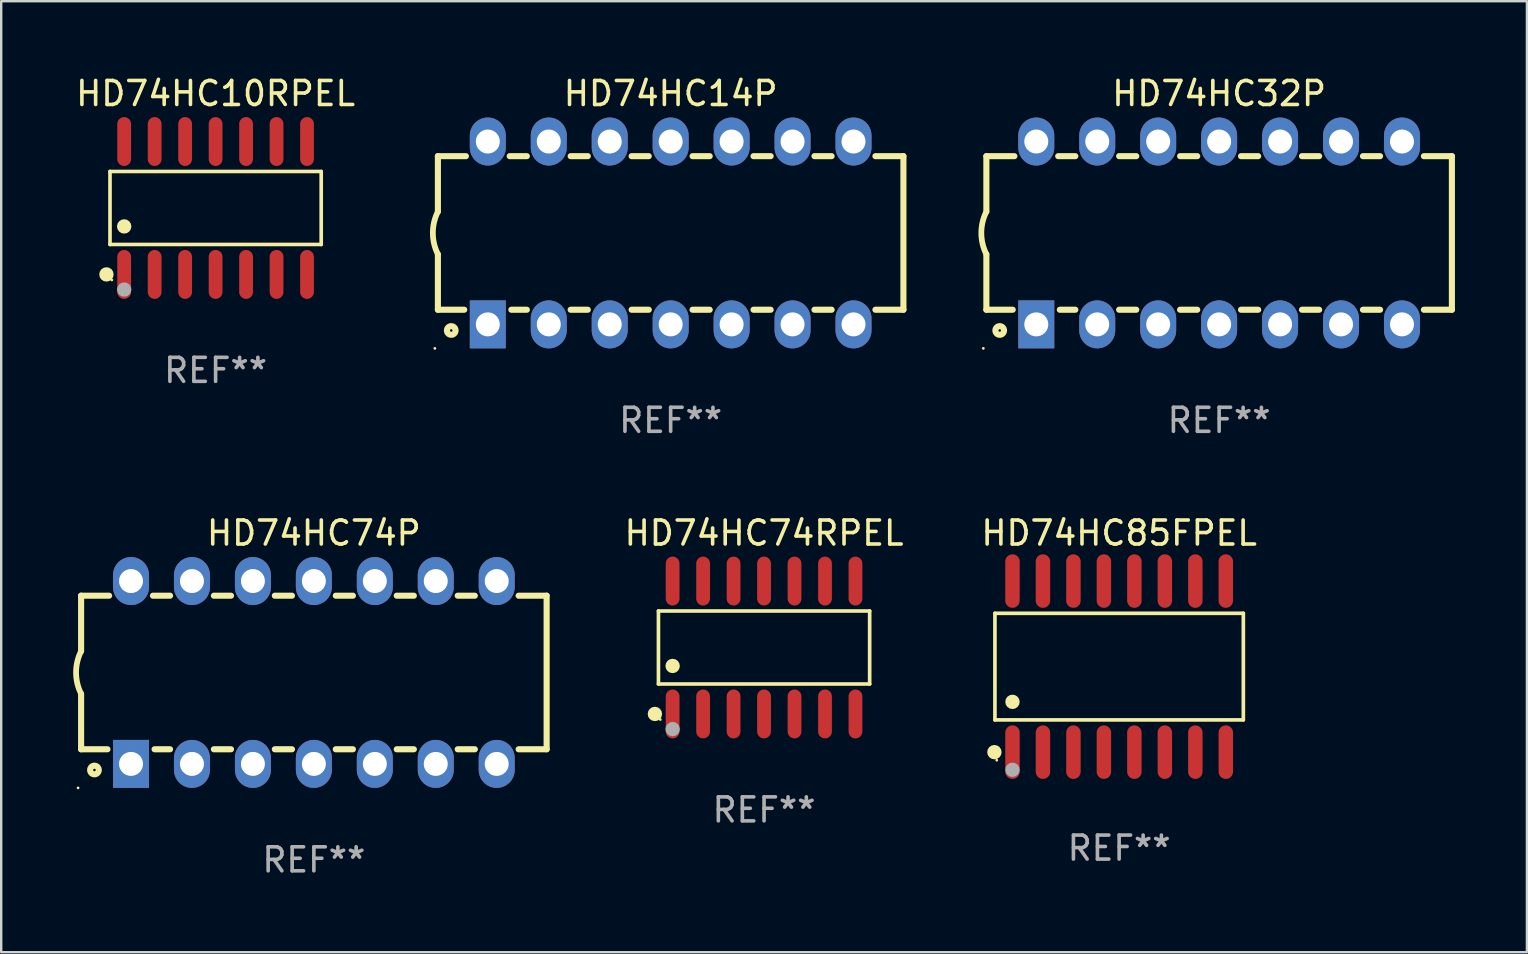
<source format=kicad_pcb>
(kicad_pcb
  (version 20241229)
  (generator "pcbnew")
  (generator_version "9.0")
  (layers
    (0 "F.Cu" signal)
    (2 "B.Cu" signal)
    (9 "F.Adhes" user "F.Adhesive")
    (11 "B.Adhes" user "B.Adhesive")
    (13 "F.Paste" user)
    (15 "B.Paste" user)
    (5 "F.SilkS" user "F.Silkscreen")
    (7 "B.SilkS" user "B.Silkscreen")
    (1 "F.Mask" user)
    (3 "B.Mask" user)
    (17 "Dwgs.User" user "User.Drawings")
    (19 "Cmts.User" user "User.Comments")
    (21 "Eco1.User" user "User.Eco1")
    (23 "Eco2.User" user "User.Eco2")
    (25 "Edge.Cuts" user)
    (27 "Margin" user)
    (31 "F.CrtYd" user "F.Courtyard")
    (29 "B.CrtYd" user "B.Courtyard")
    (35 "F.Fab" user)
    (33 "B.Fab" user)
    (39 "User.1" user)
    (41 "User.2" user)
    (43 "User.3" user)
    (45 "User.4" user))
  (footprint "HD74HC74RPEL"
    (layer "F.Cu")
    (at 28.791 23.934)
    (property "Reference" "HD74HC74RPEL" (at 0 -4.769 0) (layer "F.SilkS") (effects (font (size 1 1) (thickness 0.15))))
    (attr through_hole)
    (fp_line (start -4.401 -1.521) (end 4.401 -1.521) (stroke (width 0.152) (type solid)) (layer "F.SilkS"))
    (fp_line (start -4.401 1.521) (end -4.401 -1.521) (stroke (width 0.152) (type solid)) (layer "F.SilkS"))
    (fp_line (start 4.401 -1.521) (end 4.401 1.521) (stroke (width 0.152) (type solid)) (layer "F.SilkS"))
    (fp_line (start 4.401 1.521) (end -4.401 1.521) (stroke (width 0.152) (type solid)) (layer "F.SilkS"))
    (fp_circle (center -4.549 2.769) (end -4.399 2.769) (stroke (width 0.3) (type solid)) (fill no) (layer "F.SilkS"))
    (fp_circle (center -4.325 3) (end -4.295 3) (stroke (width 0.06) (type solid)) (fill no) (layer "F.SilkS"))
    (fp_circle (center -3.81 0.769) (end -3.66 0.769) (stroke (width 0.3) (type solid)) (fill no) (layer "F.SilkS"))
    (fp_circle (center -3.81 3.4) (end -3.66 3.4) (stroke (width 0.3) (type solid)) (fill no) (layer "F.Fab"))
    (fp_text user "REF**" (at 0 6.769 0) (layer "F.Fab") (effects (font (size 1 1) (thickness 0.15))))
    (pad "1" smd oval (at -3.81 2.769) (size 0.574 2.038) (layers "F.Cu" "F.Mask" "F.Paste"))
    (pad "2" smd oval (at -2.54 2.769) (size 0.574 2.038) (layers "F.Cu" "F.Mask" "F.Paste"))
    (pad "3" smd oval (at -1.27 2.769) (size 0.574 2.038) (layers "F.Cu" "F.Mask" "F.Paste"))
    (pad "4" smd oval (at 0 2.769) (size 0.574 2.038) (layers "F.Cu" "F.Mask" "F.Paste"))
    (pad "5" smd oval (at 1.27 2.769) (size 0.574 2.038) (layers "F.Cu" "F.Mask" "F.Paste"))
    (pad "6" smd oval (at 2.54 2.769) (size 0.574 2.038) (layers "F.Cu" "F.Mask" "F.Paste"))
    (pad "7" smd oval (at 3.81 2.769) (size 0.574 2.038) (layers "F.Cu" "F.Mask" "F.Paste"))
    (pad "8" smd oval (at 3.81 -2.769) (size 0.574 2.038) (layers "F.Cu" "F.Mask" "F.Paste"))
    (pad "9" smd oval (at 2.54 -2.769) (size 0.574 2.038) (layers "F.Cu" "F.Mask" "F.Paste"))
    (pad "10" smd oval (at 1.27 -2.769) (size 0.574 2.038) (layers "F.Cu" "F.Mask" "F.Paste"))
    (pad "11" smd oval (at 0 -2.769) (size 0.574 2.038) (layers "F.Cu" "F.Mask" "F.Paste"))
    (pad "12" smd oval (at -1.27 -2.769) (size 0.574 2.038) (layers "F.Cu" "F.Mask" "F.Paste"))
    (pad "13" smd oval (at -2.54 -2.769) (size 0.574 2.038) (layers "F.Cu" "F.Mask" "F.Paste"))
    (pad "14" smd oval (at -3.81 -2.769) (size 0.574 2.038) (layers "F.Cu" "F.Mask" "F.Paste")))
  (footprint "HD74HC32P"
    (layer "F.Cu")
    (at 47.756 6.658)
    (property "Reference" "HD74HC32P" (at 0 -5.81 0) (layer "F.SilkS") (effects (font (size 1 1) (thickness 0.15))))
    (attr through_hole)
    (fp_line (start -9.7 -3.2) (end -9.7 -0.889) (stroke (width 0.254) (type solid)) (layer "F.SilkS"))
    (fp_line (start -9.7 -3.2) (end -8.533 -3.2) (stroke (width 0.254) (type solid)) (layer "F.SilkS"))
    (fp_line (start -9.7 3.2) (end -9.7 0.889) (stroke (width 0.254) (type solid)) (layer "F.SilkS"))
    (fp_line (start -9.7 3.2) (end -8.601 3.2) (stroke (width 0.254) (type solid)) (layer "F.SilkS"))
    (fp_line (start -6.707 -3.2) (end -5.993 -3.2) (stroke (width 0.254) (type solid)) (layer "F.SilkS"))
    (fp_line (start -6.639 3.2) (end -5.993 3.2) (stroke (width 0.254) (type solid)) (layer "F.SilkS"))
    (fp_line (start -4.168 3.2) (end -3.453 3.2) (stroke (width 0.254) (type solid)) (layer "F.SilkS"))
    (fp_line (start -4.167 -3.2) (end -3.453 -3.2) (stroke (width 0.254) (type solid)) (layer "F.SilkS"))
    (fp_line (start -1.628 3.2) (end -0.912 3.2) (stroke (width 0.254) (type solid)) (layer "F.SilkS"))
    (fp_line (start -1.627 -3.2) (end -0.913 -3.2) (stroke (width 0.254) (type solid)) (layer "F.SilkS"))
    (fp_line (start 0.912 3.2) (end 1.628 3.2) (stroke (width 0.254) (type solid)) (layer "F.SilkS"))
    (fp_line (start 0.913 -3.2) (end 1.627 -3.2) (stroke (width 0.254) (type solid)) (layer "F.SilkS"))
    (fp_line (start 3.453 3.2) (end 4.168 3.2) (stroke (width 0.254) (type solid)) (layer "F.SilkS"))
    (fp_line (start 3.453 -3.2) (end 4.167 -3.2) (stroke (width 0.254) (type solid)) (layer "F.SilkS"))
    (fp_line (start 5.993 3.2) (end 6.708 3.2) (stroke (width 0.254) (type solid)) (layer "F.SilkS"))
    (fp_line (start 5.993 -3.2) (end 6.707 -3.2) (stroke (width 0.254) (type solid)) (layer "F.SilkS"))
    (fp_line (start 8.533 3.2) (end 9.7 3.2) (stroke (width 0.254) (type solid)) (layer "F.SilkS"))
    (fp_line (start 8.533 -3.2) (end 9.7 -3.2) (stroke (width 0.254) (type solid)) (layer "F.SilkS"))
    (fp_line (start 9.7 3.2) (end 9.7 -3.2) (stroke (width 0.254) (type solid)) (layer "F.SilkS"))
    (fp_arc (start -9.699822 0.889002) (mid -9.909826 0.000048) (end -9.700229 -0.889002) (stroke (width 0.240005) (type solid)) (layer "F.SilkS"))
    (fp_circle (center -9.827 4.81) (end -9.797 4.81) (stroke (width 0.06) (type solid)) (fill no) (layer "F.SilkS"))
    (fp_circle (center -9.144 4.064) (end -8.964 4.064) (stroke (width 0.254) (type solid)) (fill no) (layer "F.SilkS"))
    (fp_text user "REF**" (at 0 7.81 0) (layer "F.Fab") (effects (font (size 1 1) (thickness 0.15))))
    (pad "1" thru_hole rect (at -7.62 3.81 90) (size 2 1.5) (drill 1) (layers "*.Cu" "*.Mask"))
    (pad "2" thru_hole oval (at -5.08 3.81 90) (size 2 1.5) (drill 1) (layers "*.Cu" "*.Mask"))
    (pad "3" thru_hole oval (at -2.54 3.81 90) (size 2 1.5) (drill 1) (layers "*.Cu" "*.Mask"))
    (pad "4" thru_hole oval (at 0 3.81 90) (size 2 1.5) (drill 1) (layers "*.Cu" "*.Mask"))
    (pad "5" thru_hole oval (at 2.54 3.81 90) (size 2 1.5) (drill 1) (layers "*.Cu" "*.Mask"))
    (pad "6" thru_hole oval (at 5.08 3.81 90) (size 2 1.5) (drill 1) (layers "*.Cu" "*.Mask"))
    (pad "7" thru_hole oval (at 7.62 3.81 90) (size 2 1.5) (drill 1) (layers "*.Cu" "*.Mask"))
    (pad "8" thru_hole oval (at 7.62 -3.81 90) (size 2 1.5) (drill 1) (layers "*.Cu" "*.Mask"))
    (pad "9" thru_hole oval (at 5.08 -3.81 90) (size 2 1.5) (drill 1) (layers "*.Cu" "*.Mask"))
    (pad "10" thru_hole oval (at 2.54 -3.81 90) (size 2 1.5) (drill 1) (layers "*.Cu" "*.Mask"))
    (pad "11" thru_hole oval (at 0 -3.81 90) (size 2 1.5) (drill 1) (layers "*.Cu" "*.Mask"))
    (pad "12" thru_hole oval (at -2.54 -3.81 90) (size 2 1.5) (drill 1) (layers "*.Cu" "*.Mask"))
    (pad "13" thru_hole oval (at -5.08 -3.81 90) (size 2 1.5) (drill 1) (layers "*.Cu" "*.Mask"))
    (pad "14" thru_hole oval (at -7.62 -3.81 90) (size 2 1.5) (drill 1) (layers "*.Cu" "*.Mask")))
  (footprint "HD74HC74P"
    (layer "F.Cu")
    (at 10.03 24.975)
    (property "Reference" "HD74HC74P" (at 0 -5.81 0) (layer "F.SilkS") (effects (font (size 1 1) (thickness 0.15))))
    (attr through_hole)
    (fp_line (start -9.7 -3.2) (end -9.7 -0.889) (stroke (width 0.254) (type solid)) (layer "F.SilkS"))
    (fp_line (start -9.7 -3.2) (end -8.533 -3.2) (stroke (width 0.254) (type solid)) (layer "F.SilkS"))
    (fp_line (start -9.7 3.2) (end -9.7 0.889) (stroke (width 0.254) (type solid)) (layer "F.SilkS"))
    (fp_line (start -9.7 3.2) (end -8.601 3.2) (stroke (width 0.254) (type solid)) (layer "F.SilkS"))
    (fp_line (start -6.707 -3.2) (end -5.993 -3.2) (stroke (width 0.254) (type solid)) (layer "F.SilkS"))
    (fp_line (start -6.639 3.2) (end -5.993 3.2) (stroke (width 0.254) (type solid)) (layer "F.SilkS"))
    (fp_line (start -4.168 3.2) (end -3.453 3.2) (stroke (width 0.254) (type solid)) (layer "F.SilkS"))
    (fp_line (start -4.167 -3.2) (end -3.453 -3.2) (stroke (width 0.254) (type solid)) (layer "F.SilkS"))
    (fp_line (start -1.628 3.2) (end -0.912 3.2) (stroke (width 0.254) (type solid)) (layer "F.SilkS"))
    (fp_line (start -1.627 -3.2) (end -0.913 -3.2) (stroke (width 0.254) (type solid)) (layer "F.SilkS"))
    (fp_line (start 0.912 3.2) (end 1.628 3.2) (stroke (width 0.254) (type solid)) (layer "F.SilkS"))
    (fp_line (start 0.913 -3.2) (end 1.627 -3.2) (stroke (width 0.254) (type solid)) (layer "F.SilkS"))
    (fp_line (start 3.453 3.2) (end 4.168 3.2) (stroke (width 0.254) (type solid)) (layer "F.SilkS"))
    (fp_line (start 3.453 -3.2) (end 4.167 -3.2) (stroke (width 0.254) (type solid)) (layer "F.SilkS"))
    (fp_line (start 5.993 3.2) (end 6.708 3.2) (stroke (width 0.254) (type solid)) (layer "F.SilkS"))
    (fp_line (start 5.993 -3.2) (end 6.707 -3.2) (stroke (width 0.254) (type solid)) (layer "F.SilkS"))
    (fp_line (start 8.533 3.2) (end 9.7 3.2) (stroke (width 0.254) (type solid)) (layer "F.SilkS"))
    (fp_line (start 8.533 -3.2) (end 9.7 -3.2) (stroke (width 0.254) (type solid)) (layer "F.SilkS"))
    (fp_line (start 9.7 3.2) (end 9.7 -3.2) (stroke (width 0.254) (type solid)) (layer "F.SilkS"))
    (fp_arc (start -9.699822 0.889002) (mid -9.909826 0.000048) (end -9.700229 -0.889002) (stroke (width 0.240005) (type solid)) (layer "F.SilkS"))
    (fp_circle (center -9.827 4.81) (end -9.797 4.81) (stroke (width 0.06) (type solid)) (fill no) (layer "F.SilkS"))
    (fp_circle (center -9.144 4.064) (end -8.964 4.064) (stroke (width 0.254) (type solid)) (fill no) (layer "F.SilkS"))
    (fp_text user "REF**" (at 0 7.81 0) (layer "F.Fab") (effects (font (size 1 1) (thickness 0.15))))
    (pad "1" thru_hole rect (at -7.62 3.81 90) (size 2 1.5) (drill 1) (layers "*.Cu" "*.Mask"))
    (pad "2" thru_hole oval (at -5.08 3.81 90) (size 2 1.5) (drill 1) (layers "*.Cu" "*.Mask"))
    (pad "3" thru_hole oval (at -2.54 3.81 90) (size 2 1.5) (drill 1) (layers "*.Cu" "*.Mask"))
    (pad "4" thru_hole oval (at 0 3.81 90) (size 2 1.5) (drill 1) (layers "*.Cu" "*.Mask"))
    (pad "5" thru_hole oval (at 2.54 3.81 90) (size 2 1.5) (drill 1) (layers "*.Cu" "*.Mask"))
    (pad "6" thru_hole oval (at 5.08 3.81 90) (size 2 1.5) (drill 1) (layers "*.Cu" "*.Mask"))
    (pad "7" thru_hole oval (at 7.62 3.81 90) (size 2 1.5) (drill 1) (layers "*.Cu" "*.Mask"))
    (pad "8" thru_hole oval (at 7.62 -3.81 90) (size 2 1.5) (drill 1) (layers "*.Cu" "*.Mask"))
    (pad "9" thru_hole oval (at 5.08 -3.81 90) (size 2 1.5) (drill 1) (layers "*.Cu" "*.Mask"))
    (pad "10" thru_hole oval (at 2.54 -3.81 90) (size 2 1.5) (drill 1) (layers "*.Cu" "*.Mask"))
    (pad "11" thru_hole oval (at 0 -3.81 90) (size 2 1.5) (drill 1) (layers "*.Cu" "*.Mask"))
    (pad "12" thru_hole oval (at -2.54 -3.81 90) (size 2 1.5) (drill 1) (layers "*.Cu" "*.Mask"))
    (pad "13" thru_hole oval (at -5.08 -3.81 90) (size 2 1.5) (drill 1) (layers "*.Cu" "*.Mask"))
    (pad "14" thru_hole oval (at -7.62 -3.81 90) (size 2 1.5) (drill 1) (layers "*.Cu" "*.Mask")))
  (footprint "HD74HC85FPEL"
    (layer "F.Cu")
    (at 43.589 24.73)
    (property "Reference" "HD74HC85FPEL" (at 0 -5.565 0) (layer "F.SilkS") (effects (font (size 1 1) (thickness 0.15))))
    (attr through_hole)
    (fp_line (start -5.176 -2.221) (end 5.176 -2.221) (stroke (width 0.152) (type solid)) (layer "F.SilkS"))
    (fp_line (start -5.176 2.221) (end -5.176 -2.221) (stroke (width 0.152) (type solid)) (layer "F.SilkS"))
    (fp_line (start 5.176 -2.221) (end 5.176 2.221) (stroke (width 0.152) (type solid)) (layer "F.SilkS"))
    (fp_line (start 5.176 2.221) (end -5.176 2.221) (stroke (width 0.152) (type solid)) (layer "F.SilkS"))
    (fp_circle (center -5.198 3.565) (end -5.048 3.565) (stroke (width 0.3) (type solid)) (fill no) (layer "F.SilkS"))
    (fp_circle (center -5.1 3.9) (end -5.07 3.9) (stroke (width 0.06) (type solid)) (fill no) (layer "F.SilkS"))
    (fp_circle (center -4.445 1.469) (end -4.295 1.469) (stroke (width 0.3) (type solid)) (fill no) (layer "F.SilkS"))
    (fp_circle (center -4.445 4.3) (end -4.295 4.3) (stroke (width 0.3) (type solid)) (fill no) (layer "F.Fab"))
    (fp_text user "REF**" (at 0 7.565 0) (layer "F.Fab") (effects (font (size 1 1) (thickness 0.15))))
    (pad "1" smd oval (at -4.445 3.565) (size 0.602 2.231) (layers "F.Cu" "F.Mask" "F.Paste"))
    (pad "2" smd oval (at -3.175 3.565) (size 0.602 2.231) (layers "F.Cu" "F.Mask" "F.Paste"))
    (pad "3" smd oval (at -1.905 3.565) (size 0.602 2.231) (layers "F.Cu" "F.Mask" "F.Paste"))
    (pad "4" smd oval (at -0.635 3.565) (size 0.602 2.231) (layers "F.Cu" "F.Mask" "F.Paste"))
    (pad "5" smd oval (at 0.635 3.565) (size 0.602 2.231) (layers "F.Cu" "F.Mask" "F.Paste"))
    (pad "6" smd oval (at 1.905 3.565) (size 0.602 2.231) (layers "F.Cu" "F.Mask" "F.Paste"))
    (pad "7" smd oval (at 3.175 3.565) (size 0.602 2.231) (layers "F.Cu" "F.Mask" "F.Paste"))
    (pad "8" smd oval (at 4.445 3.565) (size 0.602 2.231) (layers "F.Cu" "F.Mask" "F.Paste"))
    (pad "9" smd oval (at 4.445 -3.565) (size 0.602 2.231) (layers "F.Cu" "F.Mask" "F.Paste"))
    (pad "10" smd oval (at 3.175 -3.565) (size 0.602 2.231) (layers "F.Cu" "F.Mask" "F.Paste"))
    (pad "11" smd oval (at 1.905 -3.565) (size 0.602 2.231) (layers "F.Cu" "F.Mask" "F.Paste"))
    (pad "12" smd oval (at 0.635 -3.565) (size 0.602 2.231) (layers "F.Cu" "F.Mask" "F.Paste"))
    (pad "13" smd oval (at -0.635 -3.565) (size 0.602 2.231) (layers "F.Cu" "F.Mask" "F.Paste"))
    (pad "14" smd oval (at -1.905 -3.565) (size 0.602 2.231) (layers "F.Cu" "F.Mask" "F.Paste"))
    (pad "15" smd oval (at -3.175 -3.565) (size 0.602 2.231) (layers "F.Cu" "F.Mask" "F.Paste"))
    (pad "16" smd oval (at -4.445 -3.565) (size 0.602 2.231) (layers "F.Cu" "F.Mask" "F.Paste")))
  (footprint "HD74HC10RPEL"
    (layer "F.Cu")
    (at 5.935 5.617)
    (property "Reference" "HD74HC10RPEL" (at 0 -4.769 0) (layer "F.SilkS") (effects (font (size 1 1) (thickness 0.15))))
    (attr through_hole)
    (fp_line (start -4.401 -1.521) (end 4.401 -1.521) (stroke (width 0.152) (type solid)) (layer "F.SilkS"))
    (fp_line (start -4.401 1.521) (end -4.401 -1.521) (stroke (width 0.152) (type solid)) (layer "F.SilkS"))
    (fp_line (start 4.401 -1.521) (end 4.401 1.521) (stroke (width 0.152) (type solid)) (layer "F.SilkS"))
    (fp_line (start 4.401 1.521) (end -4.401 1.521) (stroke (width 0.152) (type solid)) (layer "F.SilkS"))
    (fp_circle (center -4.549 2.769) (end -4.399 2.769) (stroke (width 0.3) (type solid)) (fill no) (layer "F.SilkS"))
    (fp_circle (center -4.325 3) (end -4.295 3) (stroke (width 0.06) (type solid)) (fill no) (layer "F.SilkS"))
    (fp_circle (center -3.81 0.769) (end -3.66 0.769) (stroke (width 0.3) (type solid)) (fill no) (layer "F.SilkS"))
    (fp_circle (center -3.81 3.4) (end -3.66 3.4) (stroke (width 0.3) (type solid)) (fill no) (layer "F.Fab"))
    (fp_text user "REF**" (at 0 6.769 0) (layer "F.Fab") (effects (font (size 1 1) (thickness 0.15))))
    (pad "1" smd oval (at -3.81 2.769) (size 0.574 2.038) (layers "F.Cu" "F.Mask" "F.Paste"))
    (pad "2" smd oval (at -2.54 2.769) (size 0.574 2.038) (layers "F.Cu" "F.Mask" "F.Paste"))
    (pad "3" smd oval (at -1.27 2.769) (size 0.574 2.038) (layers "F.Cu" "F.Mask" "F.Paste"))
    (pad "4" smd oval (at 0 2.769) (size 0.574 2.038) (layers "F.Cu" "F.Mask" "F.Paste"))
    (pad "5" smd oval (at 1.27 2.769) (size 0.574 2.038) (layers "F.Cu" "F.Mask" "F.Paste"))
    (pad "6" smd oval (at 2.54 2.769) (size 0.574 2.038) (layers "F.Cu" "F.Mask" "F.Paste"))
    (pad "7" smd oval (at 3.81 2.769) (size 0.574 2.038) (layers "F.Cu" "F.Mask" "F.Paste"))
    (pad "8" smd oval (at 3.81 -2.769) (size 0.574 2.038) (layers "F.Cu" "F.Mask" "F.Paste"))
    (pad "9" smd oval (at 2.54 -2.769) (size 0.574 2.038) (layers "F.Cu" "F.Mask" "F.Paste"))
    (pad "10" smd oval (at 1.27 -2.769) (size 0.574 2.038) (layers "F.Cu" "F.Mask" "F.Paste"))
    (pad "11" smd oval (at 0 -2.769) (size 0.574 2.038) (layers "F.Cu" "F.Mask" "F.Paste"))
    (pad "12" smd oval (at -1.27 -2.769) (size 0.574 2.038) (layers "F.Cu" "F.Mask" "F.Paste"))
    (pad "13" smd oval (at -2.54 -2.769) (size 0.574 2.038) (layers "F.Cu" "F.Mask" "F.Paste"))
    (pad "14" smd oval (at -3.81 -2.769) (size 0.574 2.038) (layers "F.Cu" "F.Mask" "F.Paste")))
  (footprint "HD74HC14P"
    (layer "F.Cu")
    (at 24.899 6.658)
    (property "Reference" "HD74HC14P" (at 0 -5.81 0) (layer "F.SilkS") (effects (font (size 1 1) (thickness 0.15))))
    (attr through_hole)
    (fp_line (start -9.7 -3.2) (end -9.7 -0.889) (stroke (width 0.254) (type solid)) (layer "F.SilkS"))
    (fp_line (start -9.7 -3.2) (end -8.533 -3.2) (stroke (width 0.254) (type solid)) (layer "F.SilkS"))
    (fp_line (start -9.7 3.2) (end -9.7 0.889) (stroke (width 0.254) (type solid)) (layer "F.SilkS"))
    (fp_line (start -9.7 3.2) (end -8.601 3.2) (stroke (width 0.254) (type solid)) (layer "F.SilkS"))
    (fp_line (start -6.707 -3.2) (end -5.993 -3.2) (stroke (width 0.254) (type solid)) (layer "F.SilkS"))
    (fp_line (start -6.639 3.2) (end -5.993 3.2) (stroke (width 0.254) (type solid)) (layer "F.SilkS"))
    (fp_line (start -4.168 3.2) (end -3.453 3.2) (stroke (width 0.254) (type solid)) (layer "F.SilkS"))
    (fp_line (start -4.167 -3.2) (end -3.453 -3.2) (stroke (width 0.254) (type solid)) (layer "F.SilkS"))
    (fp_line (start -1.628 3.2) (end -0.912 3.2) (stroke (width 0.254) (type solid)) (layer "F.SilkS"))
    (fp_line (start -1.627 -3.2) (end -0.913 -3.2) (stroke (width 0.254) (type solid)) (layer "F.SilkS"))
    (fp_line (start 0.912 3.2) (end 1.628 3.2) (stroke (width 0.254) (type solid)) (layer "F.SilkS"))
    (fp_line (start 0.913 -3.2) (end 1.627 -3.2) (stroke (width 0.254) (type solid)) (layer "F.SilkS"))
    (fp_line (start 3.453 3.2) (end 4.168 3.2) (stroke (width 0.254) (type solid)) (layer "F.SilkS"))
    (fp_line (start 3.453 -3.2) (end 4.167 -3.2) (stroke (width 0.254) (type solid)) (layer "F.SilkS"))
    (fp_line (start 5.993 3.2) (end 6.708 3.2) (stroke (width 0.254) (type solid)) (layer "F.SilkS"))
    (fp_line (start 5.993 -3.2) (end 6.707 -3.2) (stroke (width 0.254) (type solid)) (layer "F.SilkS"))
    (fp_line (start 8.533 3.2) (end 9.7 3.2) (stroke (width 0.254) (type solid)) (layer "F.SilkS"))
    (fp_line (start 8.533 -3.2) (end 9.7 -3.2) (stroke (width 0.254) (type solid)) (layer "F.SilkS"))
    (fp_line (start 9.7 3.2) (end 9.7 -3.2) (stroke (width 0.254) (type solid)) (layer "F.SilkS"))
    (fp_arc (start -9.699822 0.889002) (mid -9.909826 0.000048) (end -9.700229 -0.889002) (stroke (width 0.240005) (type solid)) (layer "F.SilkS"))
    (fp_circle (center -9.827 4.81) (end -9.797 4.81) (stroke (width 0.06) (type solid)) (fill no) (layer "F.SilkS"))
    (fp_circle (center -9.144 4.064) (end -8.964 4.064) (stroke (width 0.254) (type solid)) (fill no) (layer "F.SilkS"))
    (fp_text user "REF**" (at 0 7.81 0) (layer "F.Fab") (effects (font (size 1 1) (thickness 0.15))))
    (pad "1" thru_hole rect (at -7.62 3.81 90) (size 2 1.5) (drill 1) (layers "*.Cu" "*.Mask"))
    (pad "2" thru_hole oval (at -5.08 3.81 90) (size 2 1.5) (drill 1) (layers "*.Cu" "*.Mask"))
    (pad "3" thru_hole oval (at -2.54 3.81 90) (size 2 1.5) (drill 1) (layers "*.Cu" "*.Mask"))
    (pad "4" thru_hole oval (at 0 3.81 90) (size 2 1.5) (drill 1) (layers "*.Cu" "*.Mask"))
    (pad "5" thru_hole oval (at 2.54 3.81 90) (size 2 1.5) (drill 1) (layers "*.Cu" "*.Mask"))
    (pad "6" thru_hole oval (at 5.08 3.81 90) (size 2 1.5) (drill 1) (layers "*.Cu" "*.Mask"))
    (pad "7" thru_hole oval (at 7.62 3.81 90) (size 2 1.5) (drill 1) (layers "*.Cu" "*.Mask"))
    (pad "8" thru_hole oval (at 7.62 -3.81 90) (size 2 1.5) (drill 1) (layers "*.Cu" "*.Mask"))
    (pad "9" thru_hole oval (at 5.08 -3.81 90) (size 2 1.5) (drill 1) (layers "*.Cu" "*.Mask"))
    (pad "10" thru_hole oval (at 2.54 -3.81 90) (size 2 1.5) (drill 1) (layers "*.Cu" "*.Mask"))
    (pad "11" thru_hole oval (at 0 -3.81 90) (size 2 1.5) (drill 1) (layers "*.Cu" "*.Mask"))
    (pad "12" thru_hole oval (at -2.54 -3.81 90) (size 2 1.5) (drill 1) (layers "*.Cu" "*.Mask"))
    (pad "13" thru_hole oval (at -5.08 -3.81 90) (size 2 1.5) (drill 1) (layers "*.Cu" "*.Mask"))
    (pad "14" thru_hole oval (at -7.62 -3.81 90) (size 2 1.5) (drill 1) (layers "*.Cu" "*.Mask")))
  (gr_rect
    (start -3 -3)
    (end 60.583 36.633)
    (stroke (width 0.1) (type default))
    (fill no)
    (layer "Edge.Cuts")))
</source>
